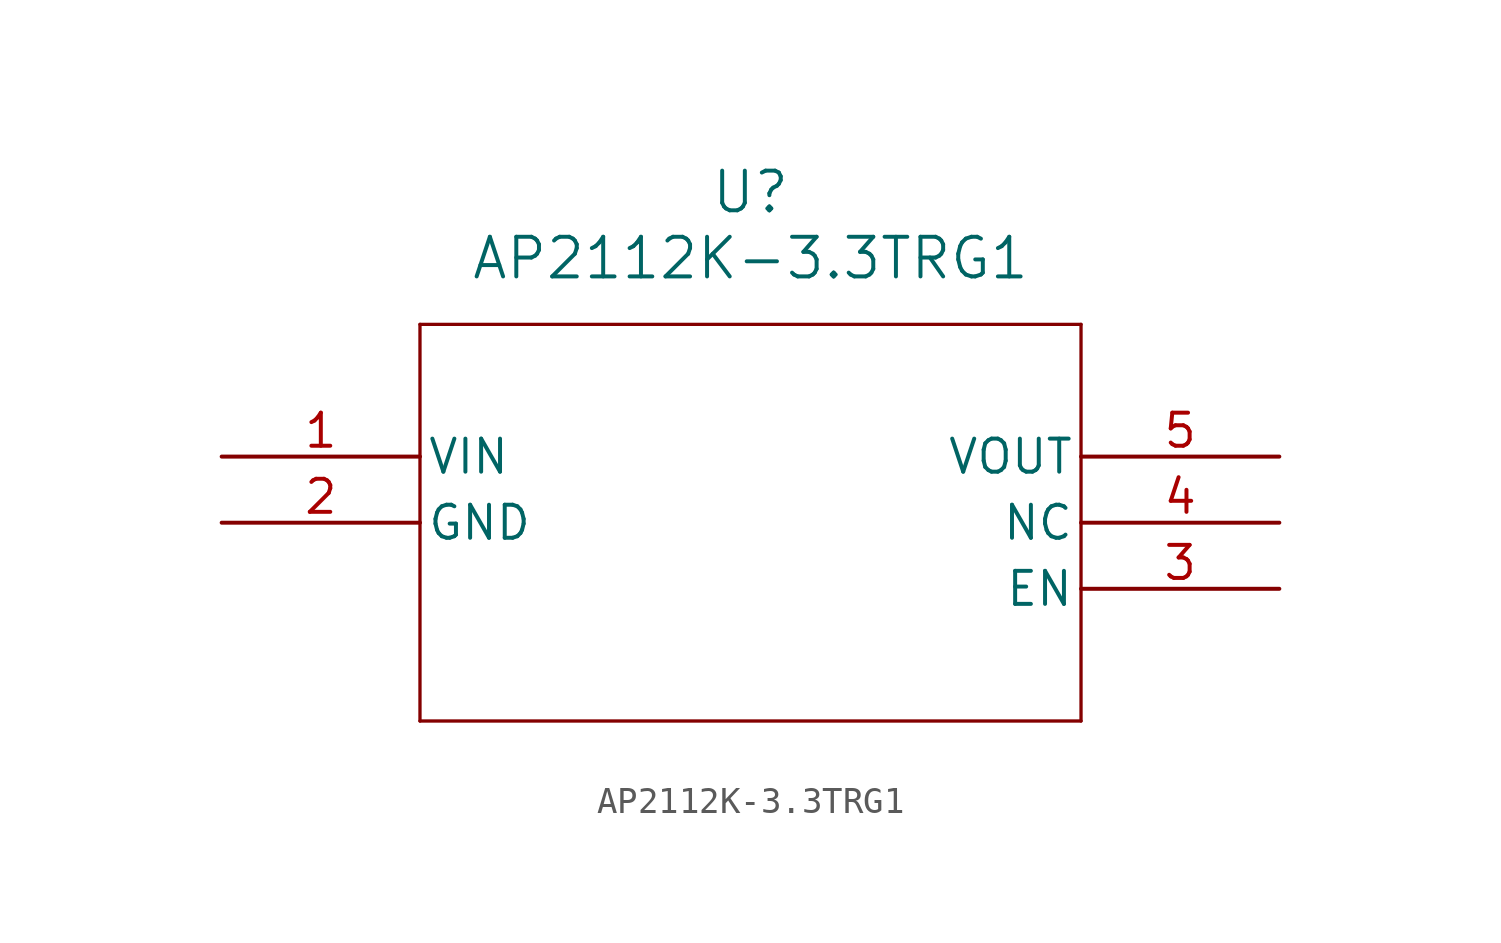
<source format=kicad_sym>
(kicad_symbol_lib
  (version 20211014)
  (generator kicad_symbol_editor)
  (symbol "AP2112K-3.3TRG1"
    (pin_names
      (offset 0.254))
    (property "Reference" "U"
      (at 20.32 10.16 0)
      (effects (font (size 1.524 1.524))))
    (property "Value" "AP2112K-3.3TRG1"
      (at 20.32 7.62 0)
      (effects (font (size 1.524 1.524))))
    (symbol "AP2112K-3.3TRG1_0_1"
      (polyline (pts (xy 7.62 5.08) (xy 7.62 -10.16)) (stroke (width 0.127) (type default) (color 0 0 0 0)) (fill (type none)))
      (polyline (pts (xy 7.62 -10.16) (xy 33.02 -10.16)) (stroke (width 0.127) (type default) (color 0 0 0 0)) (fill (type none)))
      (polyline (pts (xy 33.02 -10.16) (xy 33.02 5.08)) (stroke (width 0.127) (type default) (color 0 0 0 0)) (fill (type none)))
      (polyline (pts (xy 33.02 5.08) (xy 7.62 5.08)) (stroke (width 0.127) (type default) (color 0 0 0 0)) (fill (type none)))
      (pin unspecified line (at 0 0 0) (length 7.62) (name "VIN" (effects (font (size 1.27 1.27)))) (number "1" (effects (font (size 1.27 1.27)))))
      (pin unspecified line (at 0 -2.54 0) (length 7.62) (name "GND" (effects (font (size 1.27 1.27)))) (number "2" (effects (font (size 1.27 1.27)))))
      (pin unspecified line (at 40.64 -5.08 180) (length 7.62) (name "EN" (effects (font (size 1.27 1.27)))) (number "3" (effects (font (size 1.27 1.27)))))
      (pin unspecified line (at 40.64 -2.54 180) (length 7.62) (name "NC" (effects (font (size 1.27 1.27)))) (number "4" (effects (font (size 1.27 1.27)))))
      (pin unspecified line (at 40.64 0 180) (length 7.62) (name "VOUT" (effects (font (size 1.27 1.27)))) (number "5" (effects (font (size 1.27 1.27))))))))
</source>
